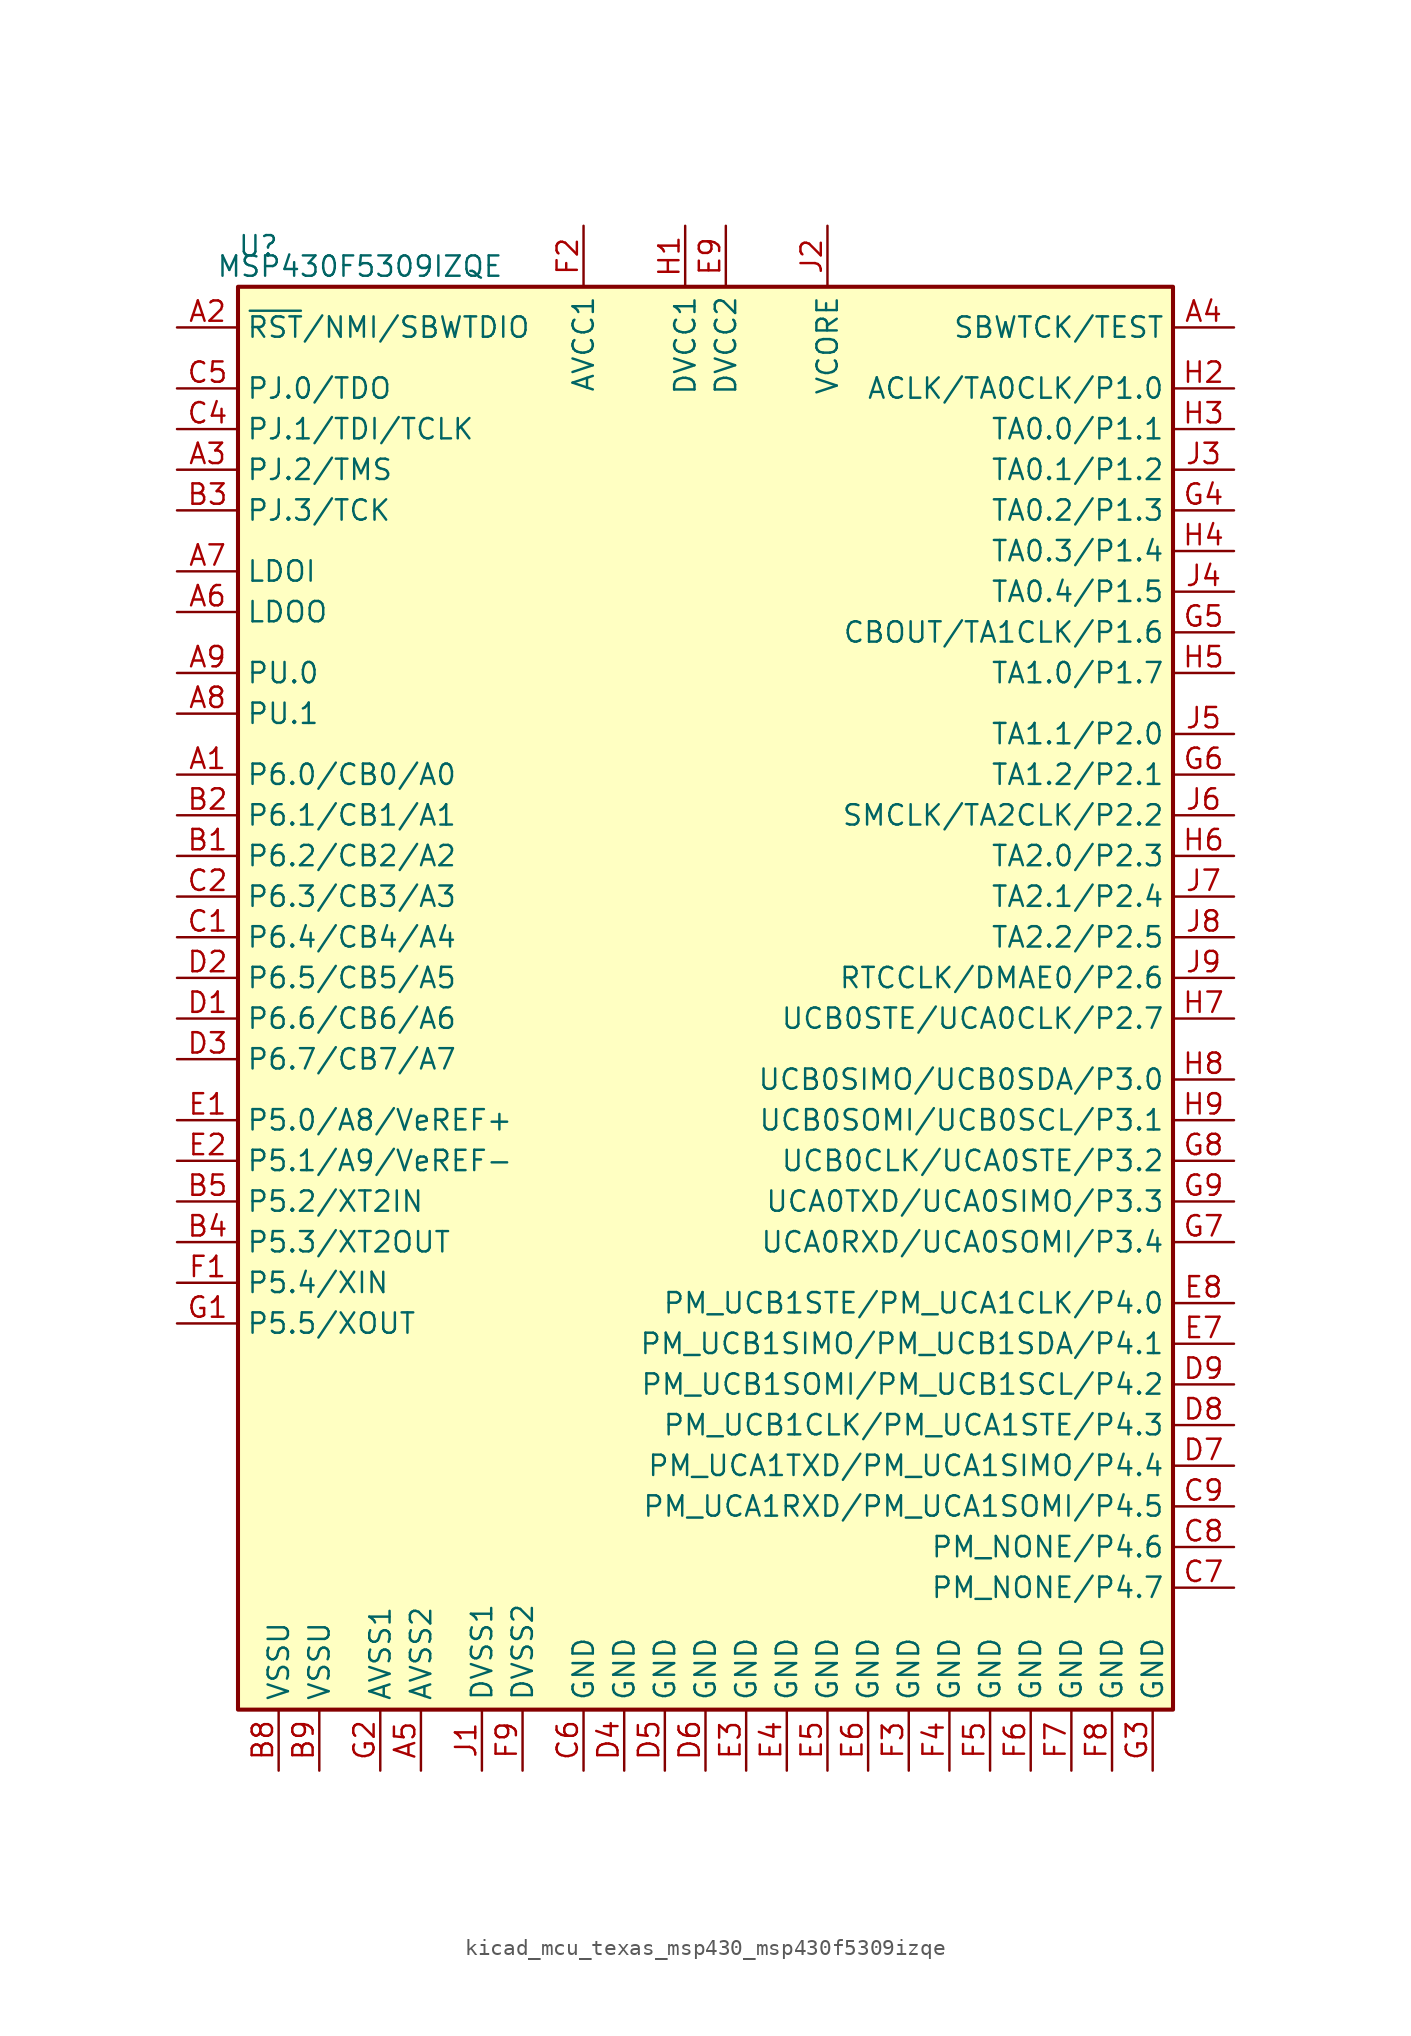
<source format=kicad_sym>
(kicad_symbol_lib
  (version 20220914)
  (generator kicad_symbol_editor)
  (symbol "kicad_mcu_texas_msp430_msp430f5309izqe"
    (property "Reference" "U"
      (at -27.94 46.99 0)
      (effects (font (size 1.27 1.27))))
    (property "Value" "MSP430F5309IZQE"
      (at -21.59 45.72 0)
      (effects (font (size 1.27 1.27))))
    (symbol "kicad_mcu_texas_msp430_msp430f5309izqe_0_1"
      (rectangle (start -29.21 44.45) (end 29.21 -44.45) (stroke (width 0.254) (type default)) (fill (type background))))
    (symbol "kicad_mcu_texas_msp430_msp430f5309izqe_1_1"
      (pin bidirectional line (at -33.02 13.97 0) (length 3.81) (name "P6.0/CB0/A0" (effects (font (size 1.27 1.27)))) (number "A1" (effects (font (size 1.27 1.27)))))
      (pin input line (at -33.02 41.91 0) (length 3.81) (name "~{RST}/NMI/SBWTDIO" (effects (font (size 1.27 1.27)))) (number "A2" (effects (font (size 1.27 1.27)))))
      (pin bidirectional line (at -33.02 33.02 0) (length 3.81) (name "PJ.2/TMS" (effects (font (size 1.27 1.27)))) (number "A3" (effects (font (size 1.27 1.27)))))
      (pin input line (at 33.02 41.91 180) (length 3.81) (name "SBWTCK/TEST" (effects (font (size 1.27 1.27)))) (number "A4" (effects (font (size 1.27 1.27)))))
      (pin power_in line (at -17.78 -48.26 90) (length 3.81) (name "AVSS2" (effects (font (size 1.27 1.27)))) (number "A5" (effects (font (size 1.27 1.27)))))
      (pin power_out line (at -33.02 24.13 0) (length 3.81) (name "LDOO" (effects (font (size 1.27 1.27)))) (number "A6" (effects (font (size 1.27 1.27)))))
      (pin power_in line (at -33.02 26.67 0) (length 3.81) (name "LDOI" (effects (font (size 1.27 1.27)))) (number "A7" (effects (font (size 1.27 1.27)))))
      (pin bidirectional line (at -33.02 17.78 0) (length 3.81) (name "PU.1" (effects (font (size 1.27 1.27)))) (number "A8" (effects (font (size 1.27 1.27)))))
      (pin bidirectional line (at -33.02 20.32 0) (length 3.81) (name "PU.0" (effects (font (size 1.27 1.27)))) (number "A9" (effects (font (size 1.27 1.27)))))
      (pin bidirectional line (at -33.02 8.89 0) (length 3.81) (name "P6.2/CB2/A2" (effects (font (size 1.27 1.27)))) (number "B1" (effects (font (size 1.27 1.27)))))
      (pin bidirectional line (at -33.02 11.43 0) (length 3.81) (name "P6.1/CB1/A1" (effects (font (size 1.27 1.27)))) (number "B2" (effects (font (size 1.27 1.27)))))
      (pin bidirectional line (at -33.02 30.48 0) (length 3.81) (name "PJ.3/TCK" (effects (font (size 1.27 1.27)))) (number "B3" (effects (font (size 1.27 1.27)))))
      (pin bidirectional line (at -33.02 -15.24 0) (length 3.81) (name "P5.3/XT2OUT" (effects (font (size 1.27 1.27)))) (number "B4" (effects (font (size 1.27 1.27)))))
      (pin bidirectional line (at -33.02 -12.7 0) (length 3.81) (name "P5.2/XT2IN" (effects (font (size 1.27 1.27)))) (number "B5" (effects (font (size 1.27 1.27)))))
      (pin power_in line (at -26.67 -48.26 90) (length 3.81) (name "VSSU" (effects (font (size 1.27 1.27)))) (number "B8" (effects (font (size 1.27 1.27)))))
      (pin power_in line (at -24.13 -48.26 90) (length 3.81) (name "VSSU" (effects (font (size 1.27 1.27)))) (number "B9" (effects (font (size 1.27 1.27)))))
      (pin bidirectional line (at -33.02 3.81 0) (length 3.81) (name "P6.4/CB4/A4" (effects (font (size 1.27 1.27)))) (number "C1" (effects (font (size 1.27 1.27)))))
      (pin bidirectional line (at -33.02 6.35 0) (length 3.81) (name "P6.3/CB3/A3" (effects (font (size 1.27 1.27)))) (number "C2" (effects (font (size 1.27 1.27)))))
      (pin bidirectional line (at -33.02 35.56 0) (length 3.81) (name "PJ.1/TDI/TCLK" (effects (font (size 1.27 1.27)))) (number "C4" (effects (font (size 1.27 1.27)))))
      (pin bidirectional line (at -33.02 38.1 0) (length 3.81) (name "PJ.0/TDO" (effects (font (size 1.27 1.27)))) (number "C5" (effects (font (size 1.27 1.27)))))
      (pin power_in line (at -7.62 -48.26 90) (length 3.81) (name "GND" (effects (font (size 1.27 1.27)))) (number "C6" (effects (font (size 1.27 1.27)))))
      (pin bidirectional line (at 33.02 -36.83 180) (length 3.81) (name "PM_NONE/P4.7" (effects (font (size 1.27 1.27)))) (number "C7" (effects (font (size 1.27 1.27)))))
      (pin bidirectional line (at 33.02 -34.29 180) (length 3.81) (name "PM_NONE/P4.6" (effects (font (size 1.27 1.27)))) (number "C8" (effects (font (size 1.27 1.27)))))
      (pin bidirectional line (at 33.02 -31.75 180) (length 3.81) (name "PM_UCA1RXD/PM_UCA1SOMI/P4.5" (effects (font (size 1.27 1.27)))) (number "C9" (effects (font (size 1.27 1.27)))))
      (pin bidirectional line (at -33.02 -1.27 0) (length 3.81) (name "P6.6/CB6/A6" (effects (font (size 1.27 1.27)))) (number "D1" (effects (font (size 1.27 1.27)))))
      (pin bidirectional line (at -33.02 1.27 0) (length 3.81) (name "P6.5/CB5/A5" (effects (font (size 1.27 1.27)))) (number "D2" (effects (font (size 1.27 1.27)))))
      (pin bidirectional line (at -33.02 -3.81 0) (length 3.81) (name "P6.7/CB7/A7" (effects (font (size 1.27 1.27)))) (number "D3" (effects (font (size 1.27 1.27)))))
      (pin power_in line (at -5.08 -48.26 90) (length 3.81) (name "GND" (effects (font (size 1.27 1.27)))) (number "D4" (effects (font (size 1.27 1.27)))))
      (pin power_in line (at -2.54 -48.26 90) (length 3.81) (name "GND" (effects (font (size 1.27 1.27)))) (number "D5" (effects (font (size 1.27 1.27)))))
      (pin power_in line (at 0 -48.26 90) (length 3.81) (name "GND" (effects (font (size 1.27 1.27)))) (number "D6" (effects (font (size 1.27 1.27)))))
      (pin bidirectional line (at 33.02 -29.21 180) (length 3.81) (name "PM_UCA1TXD/PM_UCA1SIMO/P4.4" (effects (font (size 1.27 1.27)))) (number "D7" (effects (font (size 1.27 1.27)))))
      (pin bidirectional line (at 33.02 -26.67 180) (length 3.81) (name "PM_UCB1CLK/PM_UCA1STE/P4.3" (effects (font (size 1.27 1.27)))) (number "D8" (effects (font (size 1.27 1.27)))))
      (pin bidirectional line (at 33.02 -24.13 180) (length 3.81) (name "PM_UCB1SOMI/PM_UCB1SCL/P4.2" (effects (font (size 1.27 1.27)))) (number "D9" (effects (font (size 1.27 1.27)))))
      (pin bidirectional line (at -33.02 -7.62 0) (length 3.81) (name "P5.0/A8/VeREF+" (effects (font (size 1.27 1.27)))) (number "E1" (effects (font (size 1.27 1.27)))))
      (pin bidirectional line (at -33.02 -10.16 0) (length 3.81) (name "P5.1/A9/VeREF-" (effects (font (size 1.27 1.27)))) (number "E2" (effects (font (size 1.27 1.27)))))
      (pin power_in line (at 2.54 -48.26 90) (length 3.81) (name "GND" (effects (font (size 1.27 1.27)))) (number "E3" (effects (font (size 1.27 1.27)))))
      (pin power_in line (at 5.08 -48.26 90) (length 3.81) (name "GND" (effects (font (size 1.27 1.27)))) (number "E4" (effects (font (size 1.27 1.27)))))
      (pin power_in line (at 7.62 -48.26 90) (length 3.81) (name "GND" (effects (font (size 1.27 1.27)))) (number "E5" (effects (font (size 1.27 1.27)))))
      (pin power_in line (at 10.16 -48.26 90) (length 3.81) (name "GND" (effects (font (size 1.27 1.27)))) (number "E6" (effects (font (size 1.27 1.27)))))
      (pin bidirectional line (at 33.02 -21.59 180) (length 3.81) (name "PM_UCB1SIMO/PM_UCB1SDA/P4.1" (effects (font (size 1.27 1.27)))) (number "E7" (effects (font (size 1.27 1.27)))))
      (pin bidirectional line (at 33.02 -19.05 180) (length 3.81) (name "PM_UCB1STE/PM_UCA1CLK/P4.0" (effects (font (size 1.27 1.27)))) (number "E8" (effects (font (size 1.27 1.27)))))
      (pin power_in line (at 1.27 48.26 270) (length 3.81) (name "DVCC2" (effects (font (size 1.27 1.27)))) (number "E9" (effects (font (size 1.27 1.27)))))
      (pin bidirectional line (at -33.02 -17.78 0) (length 3.81) (name "P5.4/XIN" (effects (font (size 1.27 1.27)))) (number "F1" (effects (font (size 1.27 1.27)))))
      (pin power_in line (at -7.62 48.26 270) (length 3.81) (name "AVCC1" (effects (font (size 1.27 1.27)))) (number "F2" (effects (font (size 1.27 1.27)))))
      (pin power_in line (at 12.7 -48.26 90) (length 3.81) (name "GND" (effects (font (size 1.27 1.27)))) (number "F3" (effects (font (size 1.27 1.27)))))
      (pin power_in line (at 15.24 -48.26 90) (length 3.81) (name "GND" (effects (font (size 1.27 1.27)))) (number "F4" (effects (font (size 1.27 1.27)))))
      (pin power_in line (at 17.78 -48.26 90) (length 3.81) (name "GND" (effects (font (size 1.27 1.27)))) (number "F5" (effects (font (size 1.27 1.27)))))
      (pin power_in line (at 20.32 -48.26 90) (length 3.81) (name "GND" (effects (font (size 1.27 1.27)))) (number "F6" (effects (font (size 1.27 1.27)))))
      (pin power_in line (at 22.86 -48.26 90) (length 3.81) (name "GND" (effects (font (size 1.27 1.27)))) (number "F7" (effects (font (size 1.27 1.27)))))
      (pin power_in line (at 25.4 -48.26 90) (length 3.81) (name "GND" (effects (font (size 1.27 1.27)))) (number "F8" (effects (font (size 1.27 1.27)))))
      (pin power_in line (at -11.43 -48.26 90) (length 3.81) (name "DVSS2" (effects (font (size 1.27 1.27)))) (number "F9" (effects (font (size 1.27 1.27)))))
      (pin bidirectional line (at -33.02 -20.32 0) (length 3.81) (name "P5.5/XOUT" (effects (font (size 1.27 1.27)))) (number "G1" (effects (font (size 1.27 1.27)))))
      (pin power_in line (at -20.32 -48.26 90) (length 3.81) (name "AVSS1" (effects (font (size 1.27 1.27)))) (number "G2" (effects (font (size 1.27 1.27)))))
      (pin power_in line (at 27.94 -48.26 90) (length 3.81) (name "GND" (effects (font (size 1.27 1.27)))) (number "G3" (effects (font (size 1.27 1.27)))))
      (pin bidirectional line (at 33.02 30.48 180) (length 3.81) (name "TA0.2/P1.3" (effects (font (size 1.27 1.27)))) (number "G4" (effects (font (size 1.27 1.27)))))
      (pin bidirectional line (at 33.02 22.86 180) (length 3.81) (name "CBOUT/TA1CLK/P1.6" (effects (font (size 1.27 1.27)))) (number "G5" (effects (font (size 1.27 1.27)))))
      (pin bidirectional line (at 33.02 13.97 180) (length 3.81) (name "TA1.2/P2.1" (effects (font (size 1.27 1.27)))) (number "G6" (effects (font (size 1.27 1.27)))))
      (pin bidirectional line (at 33.02 -15.24 180) (length 3.81) (name "UCA0RXD/UCA0SOMI/P3.4" (effects (font (size 1.27 1.27)))) (number "G7" (effects (font (size 1.27 1.27)))))
      (pin bidirectional line (at 33.02 -10.16 180) (length 3.81) (name "UCB0CLK/UCA0STE/P3.2" (effects (font (size 1.27 1.27)))) (number "G8" (effects (font (size 1.27 1.27)))))
      (pin bidirectional line (at 33.02 -12.7 180) (length 3.81) (name "UCA0TXD/UCA0SIMO/P3.3" (effects (font (size 1.27 1.27)))) (number "G9" (effects (font (size 1.27 1.27)))))
      (pin power_in line (at -1.27 48.26 270) (length 3.81) (name "DVCC1" (effects (font (size 1.27 1.27)))) (number "H1" (effects (font (size 1.27 1.27)))))
      (pin bidirectional line (at 33.02 38.1 180) (length 3.81) (name "ACLK/TA0CLK/P1.0" (effects (font (size 1.27 1.27)))) (number "H2" (effects (font (size 1.27 1.27)))))
      (pin bidirectional line (at 33.02 35.56 180) (length 3.81) (name "TA0.0/P1.1" (effects (font (size 1.27 1.27)))) (number "H3" (effects (font (size 1.27 1.27)))))
      (pin bidirectional line (at 33.02 27.94 180) (length 3.81) (name "TA0.3/P1.4" (effects (font (size 1.27 1.27)))) (number "H4" (effects (font (size 1.27 1.27)))))
      (pin bidirectional line (at 33.02 20.32 180) (length 3.81) (name "TA1.0/P1.7" (effects (font (size 1.27 1.27)))) (number "H5" (effects (font (size 1.27 1.27)))))
      (pin bidirectional line (at 33.02 8.89 180) (length 3.81) (name "TA2.0/P2.3" (effects (font (size 1.27 1.27)))) (number "H6" (effects (font (size 1.27 1.27)))))
      (pin bidirectional line (at 33.02 -1.27 180) (length 3.81) (name "UCB0STE/UCA0CLK/P2.7" (effects (font (size 1.27 1.27)))) (number "H7" (effects (font (size 1.27 1.27)))))
      (pin bidirectional line (at 33.02 -5.08 180) (length 3.81) (name "UCB0SIMO/UCB0SDA/P3.0" (effects (font (size 1.27 1.27)))) (number "H8" (effects (font (size 1.27 1.27)))))
      (pin bidirectional line (at 33.02 -7.62 180) (length 3.81) (name "UCB0SOMI/UCB0SCL/P3.1" (effects (font (size 1.27 1.27)))) (number "H9" (effects (font (size 1.27 1.27)))))
      (pin power_in line (at -13.97 -48.26 90) (length 3.81) (name "DVSS1" (effects (font (size 1.27 1.27)))) (number "J1" (effects (font (size 1.27 1.27)))))
      (pin bidirectional line (at 7.62 48.26 270) (length 3.81) (name "VCORE" (effects (font (size 1.27 1.27)))) (number "J2" (effects (font (size 1.27 1.27)))))
      (pin bidirectional line (at 33.02 33.02 180) (length 3.81) (name "TA0.1/P1.2" (effects (font (size 1.27 1.27)))) (number "J3" (effects (font (size 1.27 1.27)))))
      (pin bidirectional line (at 33.02 25.4 180) (length 3.81) (name "TA0.4/P1.5" (effects (font (size 1.27 1.27)))) (number "J4" (effects (font (size 1.27 1.27)))))
      (pin bidirectional line (at 33.02 16.51 180) (length 3.81) (name "TA1.1/P2.0" (effects (font (size 1.27 1.27)))) (number "J5" (effects (font (size 1.27 1.27)))))
      (pin bidirectional line (at 33.02 11.43 180) (length 3.81) (name "SMCLK/TA2CLK/P2.2" (effects (font (size 1.27 1.27)))) (number "J6" (effects (font (size 1.27 1.27)))))
      (pin bidirectional line (at 33.02 6.35 180) (length 3.81) (name "TA2.1/P2.4" (effects (font (size 1.27 1.27)))) (number "J7" (effects (font (size 1.27 1.27)))))
      (pin bidirectional line (at 33.02 3.81 180) (length 3.81) (name "TA2.2/P2.5" (effects (font (size 1.27 1.27)))) (number "J8" (effects (font (size 1.27 1.27)))))
      (pin bidirectional line (at 33.02 1.27 180) (length 3.81) (name "RTCCLK/DMAE0/P2.6" (effects (font (size 1.27 1.27)))) (number "J9" (effects (font (size 1.27 1.27))))))))
</source>
